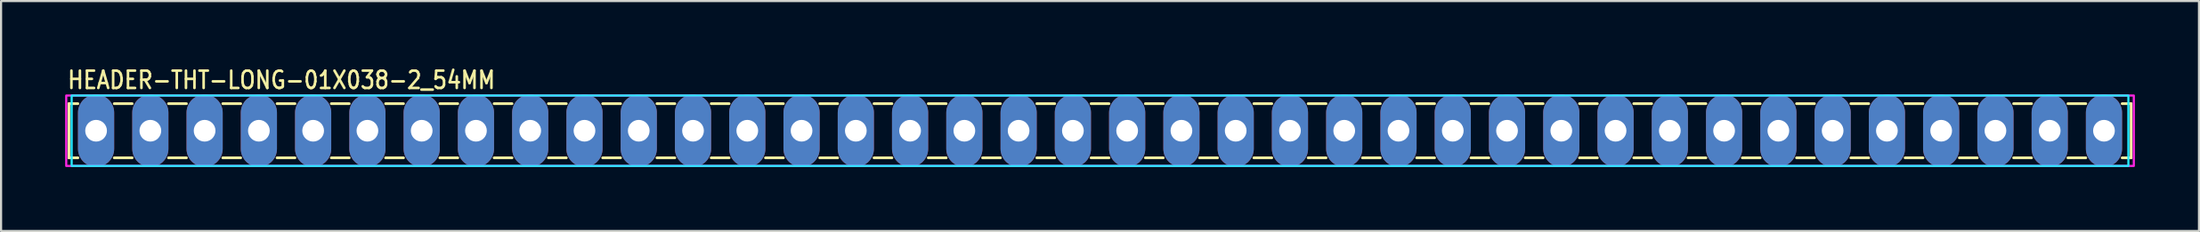
<source format=kicad_pcb>
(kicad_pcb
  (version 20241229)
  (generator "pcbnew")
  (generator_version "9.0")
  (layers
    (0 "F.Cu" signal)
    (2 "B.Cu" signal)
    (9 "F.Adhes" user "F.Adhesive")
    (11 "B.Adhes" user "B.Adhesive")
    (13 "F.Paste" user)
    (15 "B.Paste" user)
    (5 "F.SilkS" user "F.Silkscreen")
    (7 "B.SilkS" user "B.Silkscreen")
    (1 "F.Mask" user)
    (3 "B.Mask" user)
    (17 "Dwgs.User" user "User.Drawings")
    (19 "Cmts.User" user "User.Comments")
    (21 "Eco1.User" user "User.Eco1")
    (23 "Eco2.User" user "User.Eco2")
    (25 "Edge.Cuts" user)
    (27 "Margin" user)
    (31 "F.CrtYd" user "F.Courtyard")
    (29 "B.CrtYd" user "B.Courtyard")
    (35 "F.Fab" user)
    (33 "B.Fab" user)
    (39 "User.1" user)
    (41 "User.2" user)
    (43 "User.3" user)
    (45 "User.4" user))
  (footprint "HEADER-THT-LONG-01X038-2_54MM"
    (layer "F.Cu")
    (at 1.447 3.079)
    (property "Reference" "HEADER-THT-LONG-01X038-2_54MM" (at -1.4 -1.9 0) (unlocked yes) (layer "F.SilkS") (effects (font (size 0.813 0.695) (thickness 0.122)) (justify left bottom)))
    (fp_line (start -1.27 -1.27) (end -1.27 1.27) (stroke (width 0.127) (type solid)) (layer "F.SilkS"))
    (fp_line (start -1.27 1.27) (end -0.85 1.27) (stroke (width 0.127) (type solid)) (layer "F.SilkS"))
    (fp_line (start -0.85 -1.27) (end -1.27 -1.27) (stroke (width 0.127) (type solid)) (layer "F.SilkS"))
    (fp_line (start 0.85 -1.27) (end 1.69 -1.27) (stroke (width 0.127) (type solid)) (layer "F.SilkS"))
    (fp_line (start 0.85 1.27) (end 1.69 1.27) (stroke (width 0.127) (type solid)) (layer "F.SilkS"))
    (fp_line (start 3.39 -1.27) (end 4.23 -1.27) (stroke (width 0.127) (type solid)) (layer "F.SilkS"))
    (fp_line (start 3.39 1.27) (end 4.23 1.27) (stroke (width 0.127) (type solid)) (layer "F.SilkS"))
    (fp_line (start 5.93 -1.27) (end 6.77 -1.27) (stroke (width 0.127) (type solid)) (layer "F.SilkS"))
    (fp_line (start 5.93 1.27) (end 6.77 1.27) (stroke (width 0.127) (type solid)) (layer "F.SilkS"))
    (fp_line (start 8.47 -1.27) (end 9.31 -1.27) (stroke (width 0.127) (type solid)) (layer "F.SilkS"))
    (fp_line (start 8.47 1.27) (end 9.31 1.27) (stroke (width 0.127) (type solid)) (layer "F.SilkS"))
    (fp_line (start 11.01 -1.27) (end 11.85 -1.27) (stroke (width 0.127) (type solid)) (layer "F.SilkS"))
    (fp_line (start 11.01 1.27) (end 11.85 1.27) (stroke (width 0.127) (type solid)) (layer "F.SilkS"))
    (fp_line (start 13.55 -1.27) (end 14.39 -1.27) (stroke (width 0.127) (type solid)) (layer "F.SilkS"))
    (fp_line (start 13.55 1.27) (end 14.39 1.27) (stroke (width 0.127) (type solid)) (layer "F.SilkS"))
    (fp_line (start 16.09 -1.27) (end 16.93 -1.27) (stroke (width 0.127) (type solid)) (layer "F.SilkS"))
    (fp_line (start 16.09 1.27) (end 16.93 1.27) (stroke (width 0.127) (type solid)) (layer "F.SilkS"))
    (fp_line (start 18.63 -1.27) (end 19.47 -1.27) (stroke (width 0.127) (type solid)) (layer "F.SilkS"))
    (fp_line (start 18.63 1.27) (end 19.47 1.27) (stroke (width 0.127) (type solid)) (layer "F.SilkS"))
    (fp_line (start 21.17 -1.27) (end 22.01 -1.27) (stroke (width 0.127) (type solid)) (layer "F.SilkS"))
    (fp_line (start 21.17 1.27) (end 22.01 1.27) (stroke (width 0.127) (type solid)) (layer "F.SilkS"))
    (fp_line (start 23.71 -1.27) (end 24.55 -1.27) (stroke (width 0.127) (type solid)) (layer "F.SilkS"))
    (fp_line (start 23.71 1.27) (end 24.55 1.27) (stroke (width 0.127) (type solid)) (layer "F.SilkS"))
    (fp_line (start 26.25 -1.27) (end 27.09 -1.27) (stroke (width 0.127) (type solid)) (layer "F.SilkS"))
    (fp_line (start 26.25 1.27) (end 27.09 1.27) (stroke (width 0.127) (type solid)) (layer "F.SilkS"))
    (fp_line (start 28.79 -1.27) (end 29.63 -1.27) (stroke (width 0.127) (type solid)) (layer "F.SilkS"))
    (fp_line (start 28.79 1.27) (end 29.63 1.27) (stroke (width 0.127) (type solid)) (layer "F.SilkS"))
    (fp_line (start 31.33 -1.27) (end 32.17 -1.27) (stroke (width 0.127) (type solid)) (layer "F.SilkS"))
    (fp_line (start 31.33 1.27) (end 32.17 1.27) (stroke (width 0.127) (type solid)) (layer "F.SilkS"))
    (fp_line (start 33.87 -1.27) (end 34.71 -1.27) (stroke (width 0.127) (type solid)) (layer "F.SilkS"))
    (fp_line (start 33.87 1.27) (end 34.71 1.27) (stroke (width 0.127) (type solid)) (layer "F.SilkS"))
    (fp_line (start 36.41 -1.27) (end 37.25 -1.27) (stroke (width 0.127) (type solid)) (layer "F.SilkS"))
    (fp_line (start 36.41 1.27) (end 37.25 1.27) (stroke (width 0.127) (type solid)) (layer "F.SilkS"))
    (fp_line (start 38.95 -1.27) (end 39.79 -1.27) (stroke (width 0.127) (type solid)) (layer "F.SilkS"))
    (fp_line (start 38.95 1.27) (end 39.79 1.27) (stroke (width 0.127) (type solid)) (layer "F.SilkS"))
    (fp_line (start 41.49 -1.27) (end 42.33 -1.27) (stroke (width 0.127) (type solid)) (layer "F.SilkS"))
    (fp_line (start 41.49 1.27) (end 42.33 1.27) (stroke (width 0.127) (type solid)) (layer "F.SilkS"))
    (fp_line (start 44.03 -1.27) (end 44.87 -1.27) (stroke (width 0.127) (type solid)) (layer "F.SilkS"))
    (fp_line (start 44.03 1.27) (end 44.87 1.27) (stroke (width 0.127) (type solid)) (layer "F.SilkS"))
    (fp_line (start 46.57 -1.27) (end 47.41 -1.27) (stroke (width 0.127) (type solid)) (layer "F.SilkS"))
    (fp_line (start 46.57 1.27) (end 47.41 1.27) (stroke (width 0.127) (type solid)) (layer "F.SilkS"))
    (fp_line (start 49.11 -1.27) (end 49.95 -1.27) (stroke (width 0.127) (type solid)) (layer "F.SilkS"))
    (fp_line (start 49.11 1.27) (end 49.95 1.27) (stroke (width 0.127) (type solid)) (layer "F.SilkS"))
    (fp_line (start 51.65 -1.27) (end 52.49 -1.27) (stroke (width 0.127) (type solid)) (layer "F.SilkS"))
    (fp_line (start 51.65 1.27) (end 52.49 1.27) (stroke (width 0.127) (type solid)) (layer "F.SilkS"))
    (fp_line (start 54.19 -1.27) (end 55.03 -1.27) (stroke (width 0.127) (type solid)) (layer "F.SilkS"))
    (fp_line (start 54.19 1.27) (end 55.03 1.27) (stroke (width 0.127) (type solid)) (layer "F.SilkS"))
    (fp_line (start 56.73 -1.27) (end 57.57 -1.27) (stroke (width 0.127) (type solid)) (layer "F.SilkS"))
    (fp_line (start 56.73 1.27) (end 57.57 1.27) (stroke (width 0.127) (type solid)) (layer "F.SilkS"))
    (fp_line (start 59.27 -1.27) (end 60.11 -1.27) (stroke (width 0.127) (type solid)) (layer "F.SilkS"))
    (fp_line (start 59.27 1.27) (end 60.11 1.27) (stroke (width 0.127) (type solid)) (layer "F.SilkS"))
    (fp_line (start 61.81 -1.27) (end 62.65 -1.27) (stroke (width 0.127) (type solid)) (layer "F.SilkS"))
    (fp_line (start 61.81 1.27) (end 62.65 1.27) (stroke (width 0.127) (type solid)) (layer "F.SilkS"))
    (fp_line (start 64.35 -1.27) (end 65.19 -1.27) (stroke (width 0.127) (type solid)) (layer "F.SilkS"))
    (fp_line (start 64.35 1.27) (end 65.19 1.27) (stroke (width 0.127) (type solid)) (layer "F.SilkS"))
    (fp_line (start 66.89 -1.27) (end 67.73 -1.27) (stroke (width 0.127) (type solid)) (layer "F.SilkS"))
    (fp_line (start 66.89 1.27) (end 67.73 1.27) (stroke (width 0.127) (type solid)) (layer "F.SilkS"))
    (fp_line (start 69.43 -1.27) (end 70.27 -1.27) (stroke (width 0.127) (type solid)) (layer "F.SilkS"))
    (fp_line (start 69.43 1.27) (end 70.27 1.27) (stroke (width 0.127) (type solid)) (layer "F.SilkS"))
    (fp_line (start 71.97 -1.27) (end 72.81 -1.27) (stroke (width 0.127) (type solid)) (layer "F.SilkS"))
    (fp_line (start 71.97 1.27) (end 72.81 1.27) (stroke (width 0.127) (type solid)) (layer "F.SilkS"))
    (fp_line (start 74.51 -1.27) (end 75.35 -1.27) (stroke (width 0.127) (type solid)) (layer "F.SilkS"))
    (fp_line (start 74.51 1.27) (end 75.35 1.27) (stroke (width 0.127) (type solid)) (layer "F.SilkS"))
    (fp_line (start 77.05 -1.27) (end 77.89 -1.27) (stroke (width 0.127) (type solid)) (layer "F.SilkS"))
    (fp_line (start 77.05 1.27) (end 77.89 1.27) (stroke (width 0.127) (type solid)) (layer "F.SilkS"))
    (fp_line (start 79.59 -1.27) (end 80.43 -1.27) (stroke (width 0.127) (type solid)) (layer "F.SilkS"))
    (fp_line (start 79.59 1.27) (end 80.43 1.27) (stroke (width 0.127) (type solid)) (layer "F.SilkS"))
    (fp_line (start 82.13 -1.27) (end 82.97 -1.27) (stroke (width 0.127) (type solid)) (layer "F.SilkS"))
    (fp_line (start 82.13 1.27) (end 82.97 1.27) (stroke (width 0.127) (type solid)) (layer "F.SilkS"))
    (fp_line (start 84.67 -1.27) (end 85.51 -1.27) (stroke (width 0.127) (type solid)) (layer "F.SilkS"))
    (fp_line (start 84.67 1.27) (end 85.51 1.27) (stroke (width 0.127) (type solid)) (layer "F.SilkS"))
    (fp_line (start 87.21 -1.27) (end 88.05 -1.27) (stroke (width 0.127) (type solid)) (layer "F.SilkS"))
    (fp_line (start 87.21 1.27) (end 88.05 1.27) (stroke (width 0.127) (type solid)) (layer "F.SilkS"))
    (fp_line (start 89.75 -1.27) (end 90.59 -1.27) (stroke (width 0.127) (type solid)) (layer "F.SilkS"))
    (fp_line (start 89.75 1.27) (end 90.59 1.27) (stroke (width 0.127) (type solid)) (layer "F.SilkS"))
    (fp_line (start 92.29 -1.27) (end 93.13 -1.27) (stroke (width 0.127) (type solid)) (layer "F.SilkS"))
    (fp_line (start 92.29 1.27) (end 93.13 1.27) (stroke (width 0.127) (type solid)) (layer "F.SilkS"))
    (fp_line (start 94.83 -1.27) (end 95.25 -1.27) (stroke (width 0.127) (type solid)) (layer "F.SilkS"))
    (fp_line (start 95.25 -1.27) (end 95.25 1.27) (stroke (width 0.127) (type solid)) (layer "F.SilkS"))
    (fp_line (start 95.25 1.27) (end 94.83 1.27) (stroke (width 0.127) (type solid)) (layer "F.SilkS"))
    (fp_poly (pts (xy -1.143 -1.651) (xy 95.123 -1.651) (xy 95.123 1.651) (xy -1.143 1.651)) (stroke (width 0.1) (type solid)) (fill no) (layer "B.CrtYd"))
    (fp_poly (pts (xy -1.397 -1.651) (xy 95.377 -1.651) (xy 95.377 1.651) (xy -1.397 1.651)) (stroke (width 0.1) (type solid)) (fill no) (layer "F.CrtYd"))
    (pad "P$1" thru_hole oval (at 0 0 90) (size 3.387 1.693) (drill 1.016) (layers "*.Cu" "*.Mask"))
    (pad "P$2" thru_hole oval (at 2.54 0 90) (size 3.387 1.693) (drill 1.016) (layers "*.Cu" "*.Mask"))
    (pad "P$3" thru_hole oval (at 5.08 0 90) (size 3.387 1.693) (drill 1.016) (layers "*.Cu" "*.Mask"))
    (pad "P$4" thru_hole oval (at 7.62 0 90) (size 3.387 1.693) (drill 1.016) (layers "*.Cu" "*.Mask"))
    (pad "P$5" thru_hole oval (at 10.16 0 90) (size 3.387 1.693) (drill 1.016) (layers "*.Cu" "*.Mask"))
    (pad "P$6" thru_hole oval (at 12.7 0 90) (size 3.387 1.693) (drill 1.016) (layers "*.Cu" "*.Mask"))
    (pad "P$7" thru_hole oval (at 15.24 0 90) (size 3.387 1.693) (drill 1.016) (layers "*.Cu" "*.Mask"))
    (pad "P$8" thru_hole oval (at 17.78 0 90) (size 3.387 1.693) (drill 1.016) (layers "*.Cu" "*.Mask"))
    (pad "P$9" thru_hole oval (at 20.32 0 90) (size 3.387 1.693) (drill 1.016) (layers "*.Cu" "*.Mask"))
    (pad "P$10" thru_hole oval (at 22.86 0 90) (size 3.387 1.693) (drill 1.016) (layers "*.Cu" "*.Mask"))
    (pad "P$11" thru_hole oval (at 25.4 0 90) (size 3.387 1.693) (drill 1.016) (layers "*.Cu" "*.Mask"))
    (pad "P$12" thru_hole oval (at 27.94 0 90) (size 3.387 1.693) (drill 1.016) (layers "*.Cu" "*.Mask"))
    (pad "P$13" thru_hole oval (at 30.48 0 90) (size 3.387 1.693) (drill 1.016) (layers "*.Cu" "*.Mask"))
    (pad "P$14" thru_hole oval (at 33.02 0 90) (size 3.387 1.693) (drill 1.016) (layers "*.Cu" "*.Mask"))
    (pad "P$15" thru_hole oval (at 35.56 0 90) (size 3.387 1.693) (drill 1.016) (layers "*.Cu" "*.Mask"))
    (pad "P$16" thru_hole oval (at 38.1 0 90) (size 3.387 1.693) (drill 1.016) (layers "*.Cu" "*.Mask"))
    (pad "P$17" thru_hole oval (at 40.64 0 90) (size 3.387 1.693) (drill 1.016) (layers "*.Cu" "*.Mask"))
    (pad "P$18" thru_hole oval (at 43.18 0 90) (size 3.387 1.693) (drill 1.016) (layers "*.Cu" "*.Mask"))
    (pad "P$19" thru_hole oval (at 45.72 0 90) (size 3.387 1.693) (drill 1.016) (layers "*.Cu" "*.Mask"))
    (pad "P$20" thru_hole oval (at 48.26 0 90) (size 3.387 1.693) (drill 1.016) (layers "*.Cu" "*.Mask"))
    (pad "P$21" thru_hole oval (at 50.8 0 90) (size 3.387 1.693) (drill 1.016) (layers "*.Cu" "*.Mask"))
    (pad "P$22" thru_hole oval (at 53.34 0 90) (size 3.387 1.693) (drill 1.016) (layers "*.Cu" "*.Mask"))
    (pad "P$23" thru_hole oval (at 55.88 0 90) (size 3.387 1.693) (drill 1.016) (layers "*.Cu" "*.Mask"))
    (pad "P$24" thru_hole oval (at 58.42 0 90) (size 3.387 1.693) (drill 1.016) (layers "*.Cu" "*.Mask"))
    (pad "P$25" thru_hole oval (at 60.96 0 90) (size 3.387 1.693) (drill 1.016) (layers "*.Cu" "*.Mask"))
    (pad "P$26" thru_hole oval (at 63.5 0 90) (size 3.387 1.693) (drill 1.016) (layers "*.Cu" "*.Mask"))
    (pad "P$27" thru_hole oval (at 66.04 0 90) (size 3.387 1.693) (drill 1.016) (layers "*.Cu" "*.Mask"))
    (pad "P$28" thru_hole oval (at 68.58 0 90) (size 3.387 1.693) (drill 1.016) (layers "*.Cu" "*.Mask"))
    (pad "P$29" thru_hole oval (at 71.12 0 90) (size 3.387 1.693) (drill 1.016) (layers "*.Cu" "*.Mask"))
    (pad "P$30" thru_hole oval (at 73.66 0 90) (size 3.387 1.693) (drill 1.016) (layers "*.Cu" "*.Mask"))
    (pad "P$31" thru_hole oval (at 76.2 0 90) (size 3.387 1.693) (drill 1.016) (layers "*.Cu" "*.Mask"))
    (pad "P$32" thru_hole oval (at 78.74 0 90) (size 3.387 1.693) (drill 1.016) (layers "*.Cu" "*.Mask"))
    (pad "P$33" thru_hole oval (at 81.28 0 90) (size 3.387 1.693) (drill 1.016) (layers "*.Cu" "*.Mask"))
    (pad "P$34" thru_hole oval (at 83.82 0 90) (size 3.387 1.693) (drill 1.016) (layers "*.Cu" "*.Mask"))
    (pad "P$35" thru_hole oval (at 86.36 0 90) (size 3.387 1.693) (drill 1.016) (layers "*.Cu" "*.Mask"))
    (pad "P$36" thru_hole oval (at 88.9 0 90) (size 3.387 1.693) (drill 1.016) (layers "*.Cu" "*.Mask"))
    (pad "P$37" thru_hole oval (at 91.44 0 90) (size 3.387 1.693) (drill 1.016) (layers "*.Cu" "*.Mask"))
    (pad "P$38" thru_hole oval (at 93.98 0 90) (size 3.387 1.693) (drill 1.016) (layers "*.Cu" "*.Mask")))
  (gr_rect
    (start -3 -3)
    (end 99.874 7.78)
    (stroke (width 0.1) (type default))
    (fill no)
    (layer "Edge.Cuts")))
</source>
